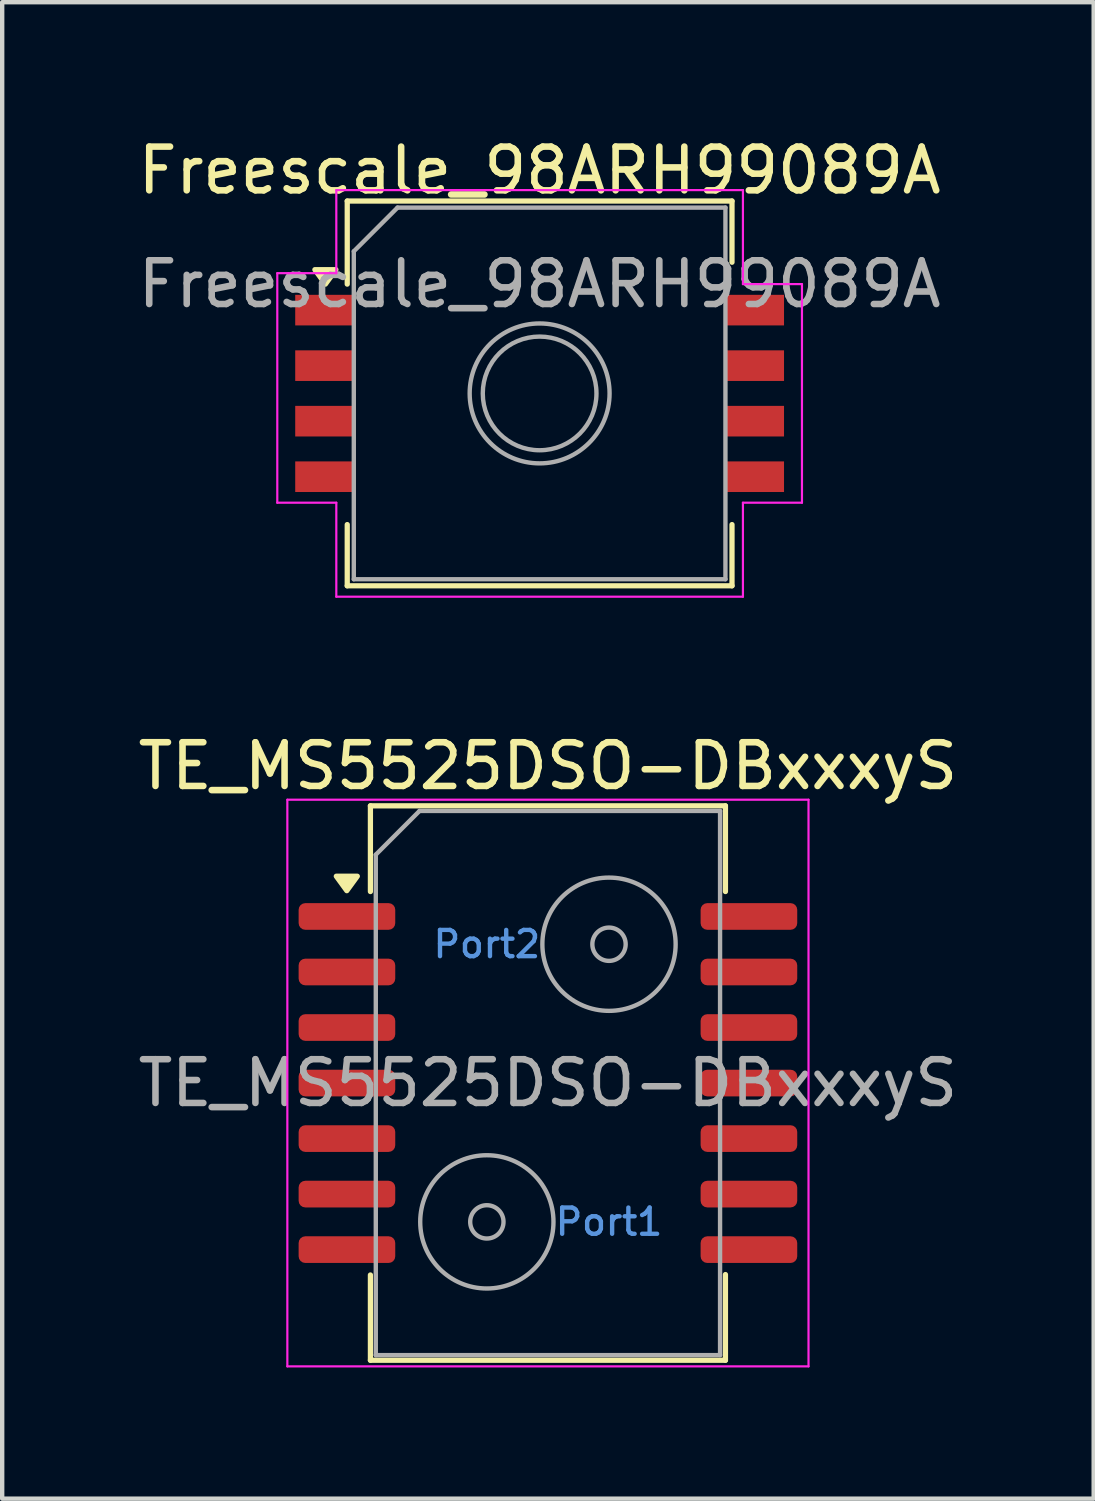
<source format=kicad_pcb>
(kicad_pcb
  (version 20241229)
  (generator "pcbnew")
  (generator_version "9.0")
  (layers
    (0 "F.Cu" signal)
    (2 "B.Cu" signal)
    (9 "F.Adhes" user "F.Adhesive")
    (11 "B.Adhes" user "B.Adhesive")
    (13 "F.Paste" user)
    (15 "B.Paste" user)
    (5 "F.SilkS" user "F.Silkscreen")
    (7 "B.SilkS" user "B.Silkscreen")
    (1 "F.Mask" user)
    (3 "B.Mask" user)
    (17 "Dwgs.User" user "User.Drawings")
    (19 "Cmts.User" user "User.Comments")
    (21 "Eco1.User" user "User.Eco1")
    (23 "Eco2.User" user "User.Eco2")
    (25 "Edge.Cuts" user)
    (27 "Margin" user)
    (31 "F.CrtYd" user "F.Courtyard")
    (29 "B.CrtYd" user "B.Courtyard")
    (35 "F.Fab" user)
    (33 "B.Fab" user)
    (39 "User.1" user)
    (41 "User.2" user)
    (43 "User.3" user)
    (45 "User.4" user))
  (footprint "Freescale_98ARH99089A"
    (layer "F.Cu")
    (at 9.292 5.948)
    (property "Reference" "Freescale_98ARH99089A" (at 0 -5.1 0) (layer "F.SilkS") (effects (font (size 1 1) (thickness 0.15))))
    (attr smd)
    (fp_line (start -4.4 -4.4) (end -4.4 -2.5) (stroke (width 0.12) (type solid)) (layer "F.SilkS"))
    (fp_line (start -4.4 4.4) (end -4.4 3) (stroke (width 0.12) (type solid)) (layer "F.SilkS"))
    (fp_line (start 4.4 -4.4) (end -4.4 -4.4) (stroke (width 0.12) (type solid)) (layer "F.SilkS"))
    (fp_line (start 4.4 -3) (end 4.4 -4.4) (stroke (width 0.12) (type solid)) (layer "F.SilkS"))
    (fp_line (start 4.4 3) (end 4.4 4.4) (stroke (width 0.12) (type solid)) (layer "F.SilkS"))
    (fp_line (start 4.4 4.4) (end -4.4 4.4) (stroke (width 0.12) (type solid)) (layer "F.SilkS"))
    (fp_poly (pts (xy -4.9 -2.5) (xy -5.14 -2.83) (xy -4.66 -2.83) (xy -4.9 -2.5)) (stroke (width 0.12) (type solid)) (fill yes) (layer "F.SilkS"))
    (fp_line (start -6 -2.75) (end -4.65 -2.75) (stroke (width 0.05) (type solid)) (layer "F.CrtYd"))
    (fp_line (start -6 2.5) (end -6 -2.75) (stroke (width 0.05) (type solid)) (layer "F.CrtYd"))
    (fp_line (start -5.75 -2.75) (end -5.75 -2.75) (stroke (width 0.05) (type solid)) (layer "F.CrtYd"))
    (fp_line (start -4.65 -4.65) (end 4.65 -4.65) (stroke (width 0.05) (type solid)) (layer "F.CrtYd"))
    (fp_line (start -4.65 -2.75) (end -4.65 -4.65) (stroke (width 0.05) (type solid)) (layer "F.CrtYd"))
    (fp_line (start -4.65 2.5) (end -6 2.5) (stroke (width 0.05) (type solid)) (layer "F.CrtYd"))
    (fp_line (start -4.65 4.65) (end -4.65 2.5) (stroke (width 0.05) (type solid)) (layer "F.CrtYd"))
    (fp_line (start 4.65 -4.65) (end 4.65 -2.5) (stroke (width 0.05) (type solid)) (layer "F.CrtYd"))
    (fp_line (start 4.65 -2.5) (end 6 -2.5) (stroke (width 0.05) (type solid)) (layer "F.CrtYd"))
    (fp_line (start 4.65 2.5) (end 4.65 4.65) (stroke (width 0.05) (type solid)) (layer "F.CrtYd"))
    (fp_line (start 4.65 4.65) (end -4.65 4.65) (stroke (width 0.05) (type solid)) (layer "F.CrtYd"))
    (fp_line (start 6 -2.5) (end 6 2.5) (stroke (width 0.05) (type solid)) (layer "F.CrtYd"))
    (fp_line (start 6 2.5) (end 4.65 2.5) (stroke (width 0.05) (type solid)) (layer "F.CrtYd"))
    (fp_line (start -4.25 -3.25) (end -3.25 -4.25) (stroke (width 0.1) (type solid)) (layer "F.Fab"))
    (fp_line (start -4.25 4.25) (end -4.25 -3.25) (stroke (width 0.1) (type solid)) (layer "F.Fab"))
    (fp_line (start -3.25 -4.25) (end 4.25 -4.25) (stroke (width 0.1) (type solid)) (layer "F.Fab"))
    (fp_line (start 4.25 -4.25) (end 4.25 4.25) (stroke (width 0.1) (type solid)) (layer "F.Fab"))
    (fp_line (start 4.25 4.25) (end -4.25 4.25) (stroke (width 0.1) (type solid)) (layer "F.Fab"))
    (fp_circle (center 0 0) (end 1.3 0) (stroke (width 0.1) (type solid)) (fill no) (layer "F.Fab"))
    (fp_circle (center 0 0) (end 1.6 0) (stroke (width 0.1) (type solid)) (fill no) (layer "F.Fab"))
    (fp_text user "${REFERENCE}" (at 0 -2.5 0) (layer "F.Fab") (effects (font (size 1 1) (thickness 0.15))))
    (pad "1" smd rect (at -4.915 -1.905) (size 1.35 0.7) (layers "F.Cu" "F.Mask" "F.Paste"))
    (pad "2" smd rect (at -4.915 -0.635) (size 1.35 0.7) (layers "F.Cu" "F.Mask" "F.Paste"))
    (pad "3" smd rect (at -4.915 0.635) (size 1.35 0.7) (layers "F.Cu" "F.Mask" "F.Paste"))
    (pad "4" smd rect (at -4.915 1.905) (size 1.35 0.7) (layers "F.Cu" "F.Mask" "F.Paste"))
    (pad "5" smd rect (at 4.915 1.905) (size 1.35 0.7) (layers "F.Cu" "F.Mask" "F.Paste"))
    (pad "6" smd rect (at 4.915 0.635) (size 1.35 0.7) (layers "F.Cu" "F.Mask" "F.Paste"))
    (pad "7" smd rect (at 4.915 -0.635) (size 1.35 0.7) (layers "F.Cu" "F.Mask" "F.Paste"))
    (pad "8" smd rect (at 4.915 -1.905) (size 1.35 0.7) (layers "F.Cu" "F.Mask" "F.Paste")))
  (footprint "TE_MS5525DSO-DBxxxyS"
    (layer "F.Cu")
    (at 9.482 21.721)
    (property "Reference" "TE_MS5525DSO-DBxxxyS" (at 0 -7.25 0) (layer "F.SilkS") (effects (font (size 1 1) (thickness 0.15))))
    (attr smd)
    (fp_line (start -4.06 -6.34) (end -4.06 -4.38) (stroke (width 0.12) (type solid)) (layer "F.SilkS"))
    (fp_line (start -4.06 6.34) (end -4.06 4.39) (stroke (width 0.12) (type solid)) (layer "F.SilkS"))
    (fp_line (start 4.06 -6.34) (end -4.06 -6.34) (stroke (width 0.12) (type solid)) (layer "F.SilkS"))
    (fp_line (start 4.06 -6.34) (end 4.06 -4.38) (stroke (width 0.12) (type solid)) (layer "F.SilkS"))
    (fp_line (start 4.06 6.34) (end -4.06 6.34) (stroke (width 0.12) (type solid)) (layer "F.SilkS"))
    (fp_line (start 4.06 6.34) (end 4.06 4.38) (stroke (width 0.12) (type solid)) (layer "F.SilkS"))
    (fp_poly (pts (xy -4.6 -4.4) (xy -4.84 -4.73) (xy -4.36 -4.73) (xy -4.6 -4.4)) (stroke (width 0.12) (type solid)) (fill yes) (layer "F.SilkS"))
    (fp_line (start -5.96 -6.48) (end -5.96 6.48) (stroke (width 0.05) (type solid)) (layer "F.CrtYd"))
    (fp_line (start -5.96 -6.48) (end 5.96 -6.48) (stroke (width 0.05) (type solid)) (layer "F.CrtYd"))
    (fp_line (start -5.96 6.48) (end 5.96 6.48) (stroke (width 0.05) (type solid)) (layer "F.CrtYd"))
    (fp_line (start 5.96 -6.48) (end 5.96 6.48) (stroke (width 0.05) (type solid)) (layer "F.CrtYd"))
    (fp_line (start -3.937 6.223) (end -3.937 -5.223) (stroke (width 0.1) (type solid)) (layer "F.Fab"))
    (fp_line (start -3.937 6.223) (end 3.937 6.223) (stroke (width 0.1) (type solid)) (layer "F.Fab"))
    (fp_line (start -2.937 -6.223) (end -3.937 -5.223) (stroke (width 0.1) (type solid)) (layer "F.Fab"))
    (fp_line (start -2.937 -6.223) (end 3.937 -6.223) (stroke (width 0.1) (type solid)) (layer "F.Fab"))
    (fp_line (start 3.937 6.223) (end 3.937 -6.223) (stroke (width 0.1) (type solid)) (layer "F.Fab"))
    (fp_circle (center -1.397 3.175) (end -1.016 3.175) (stroke (width 0.1) (type solid)) (fill no) (layer "F.Fab"))
    (fp_circle (center -1.397 3.175) (end 0.127 3.175) (stroke (width 0.1) (type solid)) (fill no) (layer "F.Fab"))
    (fp_circle (center 1.397 -3.175) (end 1.778 -3.175) (stroke (width 0.1) (type solid)) (fill no) (layer "F.Fab"))
    (fp_circle (center 1.397 -3.175) (end 2.921 -3.175) (stroke (width 0.1) (type solid)) (fill no) (layer "F.Fab"))
    (fp_text user "Port1" (at 1.397 3.175 0) (layer "Cmts.User") (effects (font (size 0.6 0.6) (thickness 0.1))))
    (fp_text user "Port2" (at -1.397 -3.175 0) (layer "Cmts.User") (effects (font (size 0.6 0.6) (thickness 0.1))))
    (fp_text user "${REFERENCE}" (at 0 0 0) (layer "F.Fab") (effects (font (size 1 1) (thickness 0.15))))
    (pad "1" smd roundrect (at -4.597 -3.81) (size 2.21 0.61) (layers "F.Cu" "F.Mask" "F.Paste") (roundrect_rratio 0.25))
    (pad "2" smd roundrect (at -4.597 -2.54) (size 2.21 0.61) (layers "F.Cu" "F.Mask" "F.Paste") (roundrect_rratio 0.25))
    (pad "3" smd roundrect (at -4.597 -1.27) (size 2.21 0.61) (layers "F.Cu" "F.Mask" "F.Paste") (roundrect_rratio 0.25))
    (pad "4" smd roundrect (at -4.597 0) (size 2.21 0.61) (layers "F.Cu" "F.Mask" "F.Paste") (roundrect_rratio 0.25))
    (pad "5" smd roundrect (at -4.597 1.27) (size 2.21 0.61) (layers "F.Cu" "F.Mask" "F.Paste") (roundrect_rratio 0.25))
    (pad "6" smd roundrect (at -4.597 2.54) (size 2.21 0.61) (layers "F.Cu" "F.Mask" "F.Paste") (roundrect_rratio 0.25))
    (pad "7" smd roundrect (at -4.597 3.81) (size 2.21 0.61) (layers "F.Cu" "F.Mask" "F.Paste") (roundrect_rratio 0.25))
    (pad "8" smd roundrect (at 4.597 3.81) (size 2.21 0.61) (layers "F.Cu" "F.Mask" "F.Paste") (roundrect_rratio 0.25))
    (pad "9" smd roundrect (at 4.597 2.54) (size 2.21 0.61) (layers "F.Cu" "F.Mask" "F.Paste") (roundrect_rratio 0.25))
    (pad "10" smd roundrect (at 4.597 1.27) (size 2.21 0.61) (layers "F.Cu" "F.Mask" "F.Paste") (roundrect_rratio 0.25))
    (pad "11" smd roundrect (at 4.597 0) (size 2.21 0.61) (layers "F.Cu" "F.Mask" "F.Paste") (roundrect_rratio 0.25))
    (pad "12" smd roundrect (at 4.597 -1.27) (size 2.21 0.61) (layers "F.Cu" "F.Mask" "F.Paste") (roundrect_rratio 0.25))
    (pad "13" smd roundrect (at 4.597 -2.54) (size 2.21 0.61) (layers "F.Cu" "F.Mask" "F.Paste") (roundrect_rratio 0.25))
    (pad "14" smd roundrect (at 4.597 -3.81) (size 2.21 0.61) (layers "F.Cu" "F.Mask" "F.Paste") (roundrect_rratio 0.25)))
  (gr_rect
    (start -3 -3)
    (end 21.964 31.227)
    (stroke (width 0.1) (type default))
    (fill no)
    (layer "Edge.Cuts")))
</source>
